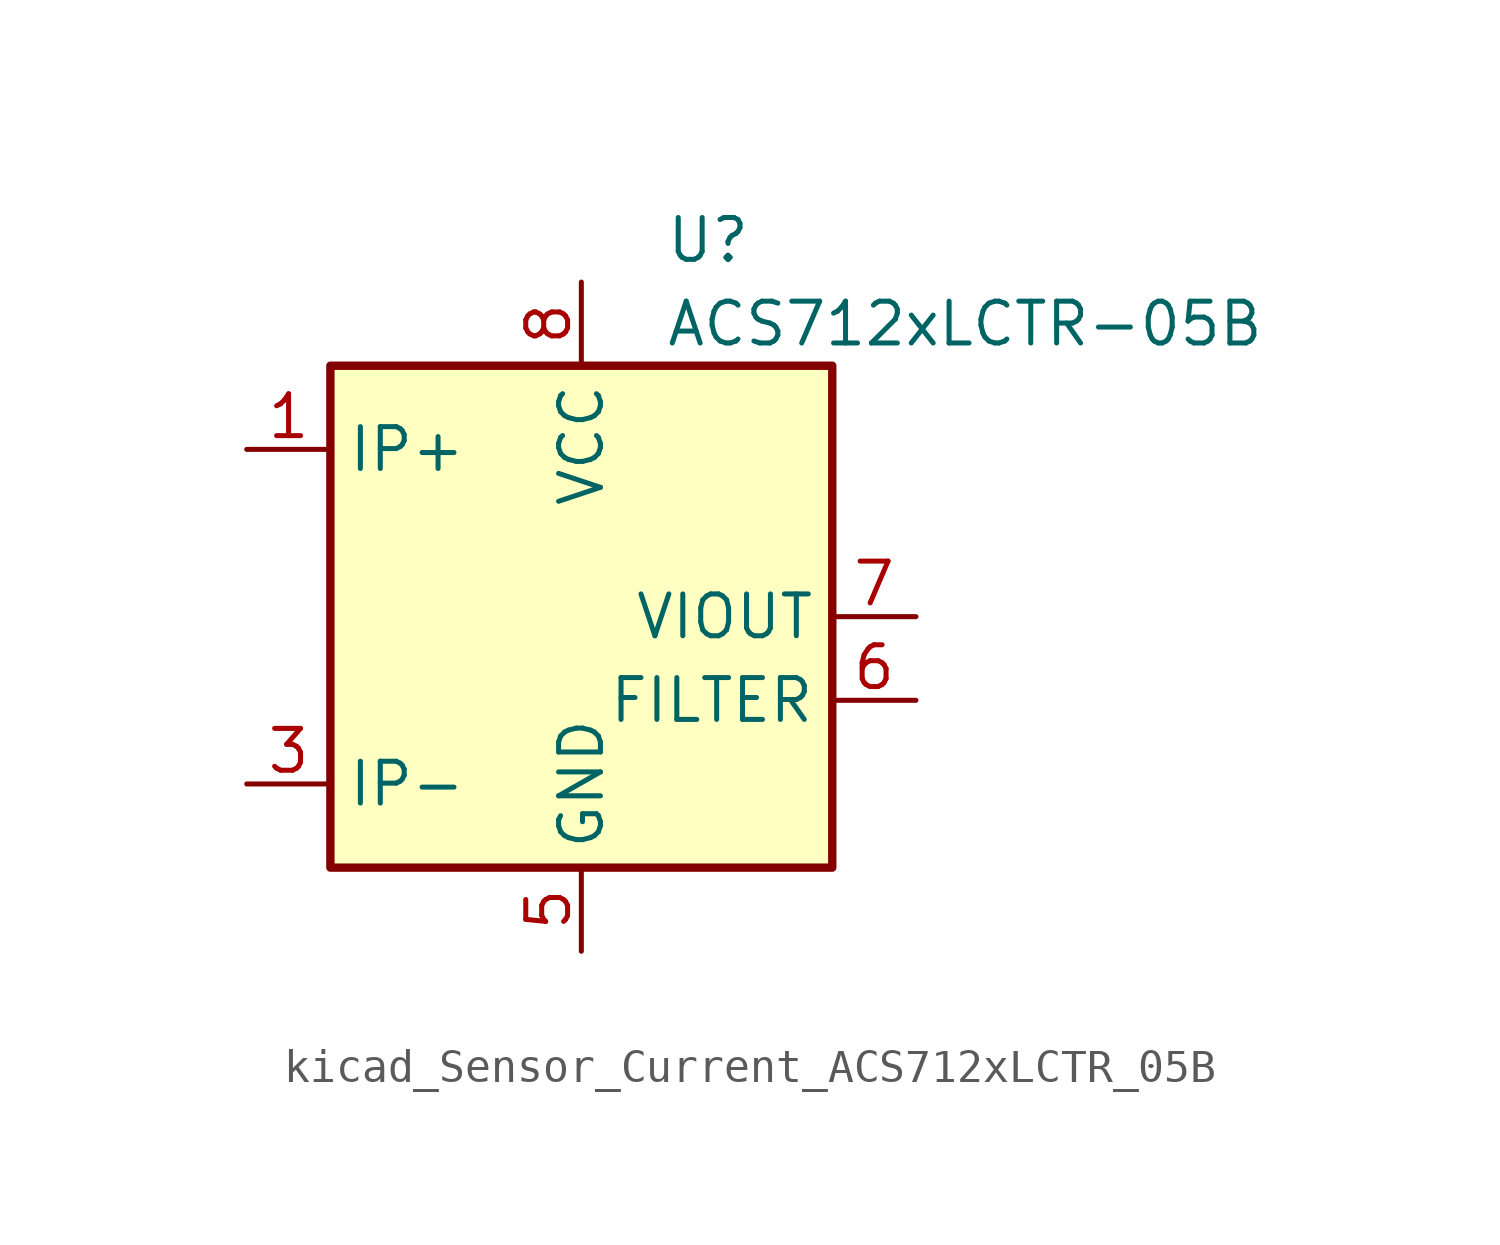
<source format=kicad_sym>
(kicad_symbol_lib
  (version 20220914)
  (generator kicad_symbol_editor)
  (symbol "kicad_Sensor_Current_ACS712xLCTR_05B"
    (property "Reference" "U"
      (at 2.54 11.43 0)
      (effects (font (size 1.27 1.27)) (justify left)))
    (property "Value" "ACS712xLCTR-05B"
      (at 2.54 8.89 0)
      (effects (font (size 1.27 1.27)) (justify left)))
    (symbol "kicad_Sensor_Current_ACS712xLCTR_05B_0_1"
      (rectangle (start -7.62 7.62) (end 7.62 -7.62) (stroke (width 0.254) (type default)) (fill (type background))))
    (symbol "kicad_Sensor_Current_ACS712xLCTR_05B_1_1"
      (pin passive line (at -10.16 5.08 0) (length 2.54) (name "IP+" (effects (font (size 1.27 1.27)))) (number "1" (effects (font (size 1.27 1.27)))))
      (pin passive line (at -10.16 5.08 0) (length 2.54) hide (name "IP+" (effects (font (size 1.27 1.27)))) (number "2" (effects (font (size 1.27 1.27)))))
      (pin passive line (at -10.16 -5.08 0) (length 2.54) (name "IP-" (effects (font (size 1.27 1.27)))) (number "3" (effects (font (size 1.27 1.27)))))
      (pin passive line (at -10.16 -5.08 0) (length 2.54) hide (name "IP-" (effects (font (size 1.27 1.27)))) (number "4" (effects (font (size 1.27 1.27)))))
      (pin power_in line (at 0 -10.16 90) (length 2.54) (name "GND" (effects (font (size 1.27 1.27)))) (number "5" (effects (font (size 1.27 1.27)))))
      (pin passive line (at 10.16 -2.54 180) (length 2.54) (name "FILTER" (effects (font (size 1.27 1.27)))) (number "6" (effects (font (size 1.27 1.27)))))
      (pin output line (at 10.16 0 180) (length 2.54) (name "VIOUT" (effects (font (size 1.27 1.27)))) (number "7" (effects (font (size 1.27 1.27)))))
      (pin power_in line (at 0 10.16 270) (length 2.54) (name "VCC" (effects (font (size 1.27 1.27)))) (number "8" (effects (font (size 1.27 1.27))))))))
</source>
